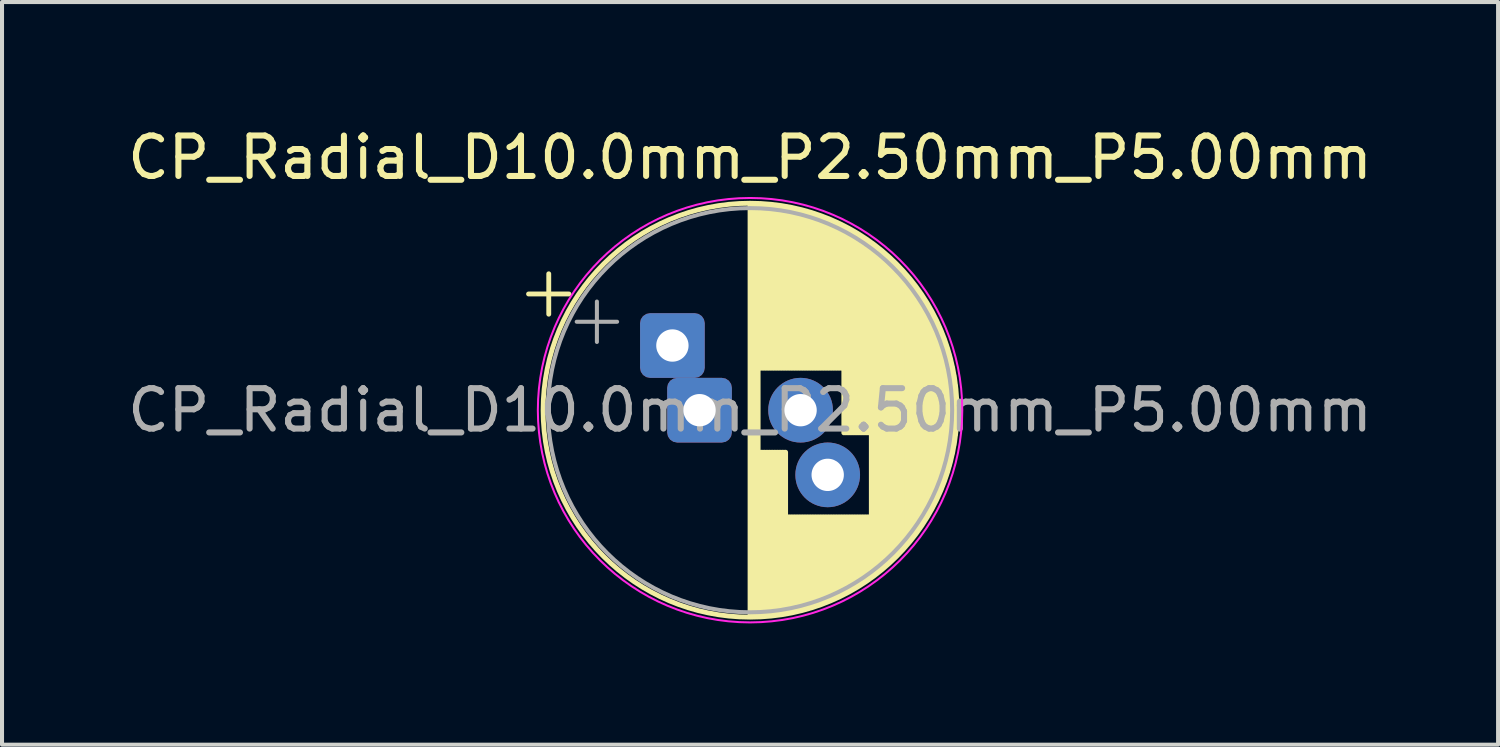
<source format=kicad_pcb>
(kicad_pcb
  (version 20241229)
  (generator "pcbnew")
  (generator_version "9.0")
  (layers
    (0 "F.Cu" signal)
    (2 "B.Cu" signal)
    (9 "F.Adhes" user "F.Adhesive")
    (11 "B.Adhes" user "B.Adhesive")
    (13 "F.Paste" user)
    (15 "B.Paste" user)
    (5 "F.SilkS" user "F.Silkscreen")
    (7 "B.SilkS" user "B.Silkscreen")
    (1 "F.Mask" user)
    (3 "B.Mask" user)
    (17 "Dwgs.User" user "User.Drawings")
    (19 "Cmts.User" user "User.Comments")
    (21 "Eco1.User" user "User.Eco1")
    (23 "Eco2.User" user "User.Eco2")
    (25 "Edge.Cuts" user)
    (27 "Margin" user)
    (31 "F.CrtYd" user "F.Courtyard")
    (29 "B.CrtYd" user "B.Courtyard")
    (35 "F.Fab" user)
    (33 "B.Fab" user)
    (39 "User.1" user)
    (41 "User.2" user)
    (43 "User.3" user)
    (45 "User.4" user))
  (footprint "CP_Radial_D10.0mm_P2.50mm_P5.00mm"
    (layer "F.Cu")
    (at 14.256 7.098)
    (property "Reference" "CP_Radial_D10.0mm_P2.50mm_P5.00mm" (at 1.25 -6.25 0) (layer "F.SilkS") (effects (font (size 1 1) (thickness 0.15))))
    (attr through_hole)
    (fp_line (start -4.23 -2.875) (end -3.23 -2.875) (stroke (width 0.12) (type solid)) (layer "F.SilkS"))
    (fp_line (start -3.73 -3.375) (end -3.73 -2.375) (stroke (width 0.12) (type solid)) (layer "F.SilkS"))
    (fp_line (start 1.25 -5.08) (end 1.25 5.08) (stroke (width 0.12) (type solid)) (layer "F.SilkS"))
    (fp_line (start 1.29 -5.08) (end 1.29 5.08) (stroke (width 0.12) (type solid)) (layer "F.SilkS"))
    (fp_line (start 1.33 -5.079) (end 1.33 5.079) (stroke (width 0.12) (type solid)) (layer "F.SilkS"))
    (fp_line (start 1.37 -5.079) (end 1.37 5.079) (stroke (width 0.12) (type solid)) (layer "F.SilkS"))
    (fp_line (start 1.41 -5.077) (end 1.41 5.077) (stroke (width 0.12) (type solid)) (layer "F.SilkS"))
    (fp_line (start 1.45 -5.076) (end 1.45 5.076) (stroke (width 0.12) (type solid)) (layer "F.SilkS"))
    (fp_line (start 1.49 -5.074) (end 1.49 -1.04) (stroke (width 0.12) (type solid)) (layer "F.SilkS"))
    (fp_line (start 1.49 1.04) (end 1.49 5.074) (stroke (width 0.12) (type solid)) (layer "F.SilkS"))
    (fp_line (start 1.53 -5.072) (end 1.53 -1.04) (stroke (width 0.12) (type solid)) (layer "F.SilkS"))
    (fp_line (start 1.53 1.04) (end 1.53 5.072) (stroke (width 0.12) (type solid)) (layer "F.SilkS"))
    (fp_line (start 1.57 -5.07) (end 1.57 -1.04) (stroke (width 0.12) (type solid)) (layer "F.SilkS"))
    (fp_line (start 1.57 1.04) (end 1.57 5.07) (stroke (width 0.12) (type solid)) (layer "F.SilkS"))
    (fp_line (start 1.61 -5.067) (end 1.61 -1.04) (stroke (width 0.12) (type solid)) (layer "F.SilkS"))
    (fp_line (start 1.61 1.04) (end 1.61 5.067) (stroke (width 0.12) (type solid)) (layer "F.SilkS"))
    (fp_line (start 1.65 -5.064) (end 1.65 -1.04) (stroke (width 0.12) (type solid)) (layer "F.SilkS"))
    (fp_line (start 1.65 1.04) (end 1.65 5.064) (stroke (width 0.12) (type solid)) (layer "F.SilkS"))
    (fp_line (start 1.69 -5.061) (end 1.69 -1.04) (stroke (width 0.12) (type solid)) (layer "F.SilkS"))
    (fp_line (start 1.69 1.04) (end 1.69 5.061) (stroke (width 0.12) (type solid)) (layer "F.SilkS"))
    (fp_line (start 1.73 -5.057) (end 1.73 -1.04) (stroke (width 0.12) (type solid)) (layer "F.SilkS"))
    (fp_line (start 1.73 1.04) (end 1.73 5.057) (stroke (width 0.12) (type solid)) (layer "F.SilkS"))
    (fp_line (start 1.77 -5.054) (end 1.77 -1.04) (stroke (width 0.12) (type solid)) (layer "F.SilkS"))
    (fp_line (start 1.77 1.04) (end 1.77 5.054) (stroke (width 0.12) (type solid)) (layer "F.SilkS"))
    (fp_line (start 1.81 -5.049) (end 1.81 -1.04) (stroke (width 0.12) (type solid)) (layer "F.SilkS"))
    (fp_line (start 1.81 1.04) (end 1.81 5.049) (stroke (width 0.12) (type solid)) (layer "F.SilkS"))
    (fp_line (start 1.85 -5.045) (end 1.85 -1.04) (stroke (width 0.12) (type solid)) (layer "F.SilkS"))
    (fp_line (start 1.85 1.04) (end 1.85 5.045) (stroke (width 0.12) (type solid)) (layer "F.SilkS"))
    (fp_line (start 1.89 -5.04) (end 1.89 -1.04) (stroke (width 0.12) (type solid)) (layer "F.SilkS"))
    (fp_line (start 1.89 1.04) (end 1.89 5.04) (stroke (width 0.12) (type solid)) (layer "F.SilkS"))
    (fp_line (start 1.93 -5.035) (end 1.93 -1.04) (stroke (width 0.12) (type solid)) (layer "F.SilkS"))
    (fp_line (start 1.93 1.04) (end 1.93 5.035) (stroke (width 0.12) (type solid)) (layer "F.SilkS"))
    (fp_line (start 1.97 -5.029) (end 1.97 -1.04) (stroke (width 0.12) (type solid)) (layer "F.SilkS"))
    (fp_line (start 1.97 1.04) (end 1.97 5.029) (stroke (width 0.12) (type solid)) (layer "F.SilkS"))
    (fp_line (start 2.01 -5.023) (end 2.01 -1.04) (stroke (width 0.12) (type solid)) (layer "F.SilkS"))
    (fp_line (start 2.01 1.04) (end 2.01 5.023) (stroke (width 0.12) (type solid)) (layer "F.SilkS"))
    (fp_line (start 2.05 -5.017) (end 2.05 -1.04) (stroke (width 0.12) (type solid)) (layer "F.SilkS"))
    (fp_line (start 2.05 1.04) (end 2.05 5.017) (stroke (width 0.12) (type solid)) (layer "F.SilkS"))
    (fp_line (start 2.09 -5.011) (end 2.09 -1.04) (stroke (width 0.12) (type solid)) (layer "F.SilkS"))
    (fp_line (start 2.09 1.04) (end 2.09 5.011) (stroke (width 0.12) (type solid)) (layer "F.SilkS"))
    (fp_line (start 2.13 -5.004) (end 2.13 -1.04) (stroke (width 0.12) (type solid)) (layer "F.SilkS"))
    (fp_line (start 2.13 1.04) (end 2.13 5.004) (stroke (width 0.12) (type solid)) (layer "F.SilkS"))
    (fp_line (start 2.17 -4.997) (end 2.17 -1.04) (stroke (width 0.12) (type solid)) (layer "F.SilkS"))
    (fp_line (start 2.17 2.64) (end 2.17 4.997) (stroke (width 0.12) (type solid)) (layer "F.SilkS"))
    (fp_line (start 2.21 -4.989) (end 2.21 -1.04) (stroke (width 0.12) (type solid)) (layer "F.SilkS"))
    (fp_line (start 2.21 2.64) (end 2.21 4.989) (stroke (width 0.12) (type solid)) (layer "F.SilkS"))
    (fp_line (start 2.25 -4.981) (end 2.25 -1.04) (stroke (width 0.12) (type solid)) (layer "F.SilkS"))
    (fp_line (start 2.25 2.64) (end 2.25 4.981) (stroke (width 0.12) (type solid)) (layer "F.SilkS"))
    (fp_line (start 2.29 -4.973) (end 2.29 -1.04) (stroke (width 0.12) (type solid)) (layer "F.SilkS"))
    (fp_line (start 2.29 2.64) (end 2.29 4.973) (stroke (width 0.12) (type solid)) (layer "F.SilkS"))
    (fp_line (start 2.33 -4.965) (end 2.33 -1.04) (stroke (width 0.12) (type solid)) (layer "F.SilkS"))
    (fp_line (start 2.33 2.64) (end 2.33 4.965) (stroke (width 0.12) (type solid)) (layer "F.SilkS"))
    (fp_line (start 2.37 -4.956) (end 2.37 -1.04) (stroke (width 0.12) (type solid)) (layer "F.SilkS"))
    (fp_line (start 2.37 2.64) (end 2.37 4.956) (stroke (width 0.12) (type solid)) (layer "F.SilkS"))
    (fp_line (start 2.41 -4.947) (end 2.41 -1.04) (stroke (width 0.12) (type solid)) (layer "F.SilkS"))
    (fp_line (start 2.41 2.64) (end 2.41 4.947) (stroke (width 0.12) (type solid)) (layer "F.SilkS"))
    (fp_line (start 2.45 -4.937) (end 2.45 -1.04) (stroke (width 0.12) (type solid)) (layer "F.SilkS"))
    (fp_line (start 2.45 2.64) (end 2.45 4.937) (stroke (width 0.12) (type solid)) (layer "F.SilkS"))
    (fp_line (start 2.49 -4.928) (end 2.49 -1.04) (stroke (width 0.12) (type solid)) (layer "F.SilkS"))
    (fp_line (start 2.49 2.64) (end 2.49 4.928) (stroke (width 0.12) (type solid)) (layer "F.SilkS"))
    (fp_line (start 2.53 -4.917) (end 2.53 -1.04) (stroke (width 0.12) (type solid)) (layer "F.SilkS"))
    (fp_line (start 2.53 2.64) (end 2.53 4.917) (stroke (width 0.12) (type solid)) (layer "F.SilkS"))
    (fp_line (start 2.57 -4.907) (end 2.57 -1.04) (stroke (width 0.12) (type solid)) (layer "F.SilkS"))
    (fp_line (start 2.57 2.64) (end 2.57 4.907) (stroke (width 0.12) (type solid)) (layer "F.SilkS"))
    (fp_line (start 2.61 -4.896) (end 2.61 -1.04) (stroke (width 0.12) (type solid)) (layer "F.SilkS"))
    (fp_line (start 2.61 2.64) (end 2.61 4.896) (stroke (width 0.12) (type solid)) (layer "F.SilkS"))
    (fp_line (start 2.65 -4.885) (end 2.65 -1.04) (stroke (width 0.12) (type solid)) (layer "F.SilkS"))
    (fp_line (start 2.65 2.64) (end 2.65 4.885) (stroke (width 0.12) (type solid)) (layer "F.SilkS"))
    (fp_line (start 2.69 -4.873) (end 2.69 -1.04) (stroke (width 0.12) (type solid)) (layer "F.SilkS"))
    (fp_line (start 2.69 2.64) (end 2.69 4.873) (stroke (width 0.12) (type solid)) (layer "F.SilkS"))
    (fp_line (start 2.73 -4.861) (end 2.73 -1.04) (stroke (width 0.12) (type solid)) (layer "F.SilkS"))
    (fp_line (start 2.73 2.64) (end 2.73 4.861) (stroke (width 0.12) (type solid)) (layer "F.SilkS"))
    (fp_line (start 2.77 -4.849) (end 2.77 -1.04) (stroke (width 0.12) (type solid)) (layer "F.SilkS"))
    (fp_line (start 2.77 2.64) (end 2.77 4.849) (stroke (width 0.12) (type solid)) (layer "F.SilkS"))
    (fp_line (start 2.81 -4.837) (end 2.81 -1.04) (stroke (width 0.12) (type solid)) (layer "F.SilkS"))
    (fp_line (start 2.81 2.64) (end 2.81 4.837) (stroke (width 0.12) (type solid)) (layer "F.SilkS"))
    (fp_line (start 2.85 -4.824) (end 2.85 -1.04) (stroke (width 0.12) (type solid)) (layer "F.SilkS"))
    (fp_line (start 2.85 2.64) (end 2.85 4.824) (stroke (width 0.12) (type solid)) (layer "F.SilkS"))
    (fp_line (start 2.89 -4.81) (end 2.89 -1.04) (stroke (width 0.12) (type solid)) (layer "F.SilkS"))
    (fp_line (start 2.89 2.64) (end 2.89 4.81) (stroke (width 0.12) (type solid)) (layer "F.SilkS"))
    (fp_line (start 2.93 -4.797) (end 2.93 -1.04) (stroke (width 0.12) (type solid)) (layer "F.SilkS"))
    (fp_line (start 2.93 2.64) (end 2.93 4.797) (stroke (width 0.12) (type solid)) (layer "F.SilkS"))
    (fp_line (start 2.97 -4.782) (end 2.97 -1.04) (stroke (width 0.12) (type solid)) (layer "F.SilkS"))
    (fp_line (start 2.97 2.64) (end 2.97 4.782) (stroke (width 0.12) (type solid)) (layer "F.SilkS"))
    (fp_line (start 3.01 -4.768) (end 3.01 -1.04) (stroke (width 0.12) (type solid)) (layer "F.SilkS"))
    (fp_line (start 3.01 2.64) (end 3.01 4.768) (stroke (width 0.12) (type solid)) (layer "F.SilkS"))
    (fp_line (start 3.05 -4.753) (end 3.05 -1.04) (stroke (width 0.12) (type solid)) (layer "F.SilkS"))
    (fp_line (start 3.05 2.64) (end 3.05 4.753) (stroke (width 0.12) (type solid)) (layer "F.SilkS"))
    (fp_line (start 3.09 -4.738) (end 3.09 -1.04) (stroke (width 0.12) (type solid)) (layer "F.SilkS"))
    (fp_line (start 3.09 2.64) (end 3.09 4.738) (stroke (width 0.12) (type solid)) (layer "F.SilkS"))
    (fp_line (start 3.13 -4.722) (end 3.13 -1.04) (stroke (width 0.12) (type solid)) (layer "F.SilkS"))
    (fp_line (start 3.13 2.64) (end 3.13 4.722) (stroke (width 0.12) (type solid)) (layer "F.SilkS"))
    (fp_line (start 3.17 -4.706) (end 3.17 -1.04) (stroke (width 0.12) (type solid)) (layer "F.SilkS"))
    (fp_line (start 3.17 2.64) (end 3.17 4.706) (stroke (width 0.12) (type solid)) (layer "F.SilkS"))
    (fp_line (start 3.21 -4.69) (end 3.21 -1.04) (stroke (width 0.12) (type solid)) (layer "F.SilkS"))
    (fp_line (start 3.21 2.64) (end 3.21 4.69) (stroke (width 0.12) (type solid)) (layer "F.SilkS"))
    (fp_line (start 3.25 -4.673) (end 3.25 -1.04) (stroke (width 0.12) (type solid)) (layer "F.SilkS"))
    (fp_line (start 3.25 2.64) (end 3.25 4.673) (stroke (width 0.12) (type solid)) (layer "F.SilkS"))
    (fp_line (start 3.29 -4.656) (end 3.29 -1.04) (stroke (width 0.12) (type solid)) (layer "F.SilkS"))
    (fp_line (start 3.29 2.64) (end 3.29 4.656) (stroke (width 0.12) (type solid)) (layer "F.SilkS"))
    (fp_line (start 3.33 -4.638) (end 3.33 -1.04) (stroke (width 0.12) (type solid)) (layer "F.SilkS"))
    (fp_line (start 3.33 2.64) (end 3.33 4.638) (stroke (width 0.12) (type solid)) (layer "F.SilkS"))
    (fp_line (start 3.37 -4.62) (end 3.37 -1.04) (stroke (width 0.12) (type solid)) (layer "F.SilkS"))
    (fp_line (start 3.37 2.64) (end 3.37 4.62) (stroke (width 0.12) (type solid)) (layer "F.SilkS"))
    (fp_line (start 3.41 -4.602) (end 3.41 -1.04) (stroke (width 0.12) (type solid)) (layer "F.SilkS"))
    (fp_line (start 3.41 2.64) (end 3.41 4.602) (stroke (width 0.12) (type solid)) (layer "F.SilkS"))
    (fp_line (start 3.45 -4.583) (end 3.45 -1.04) (stroke (width 0.12) (type solid)) (layer "F.SilkS"))
    (fp_line (start 3.45 2.64) (end 3.45 4.583) (stroke (width 0.12) (type solid)) (layer "F.SilkS"))
    (fp_line (start 3.49 -4.564) (end 3.49 -1.04) (stroke (width 0.12) (type solid)) (layer "F.SilkS"))
    (fp_line (start 3.49 2.64) (end 3.49 4.564) (stroke (width 0.12) (type solid)) (layer "F.SilkS"))
    (fp_line (start 3.53 -4.544) (end 3.53 -1.04) (stroke (width 0.12) (type solid)) (layer "F.SilkS"))
    (fp_line (start 3.53 2.64) (end 3.53 4.544) (stroke (width 0.12) (type solid)) (layer "F.SilkS"))
    (fp_line (start 3.57 -4.524) (end 3.57 0.56) (stroke (width 0.12) (type solid)) (layer "F.SilkS"))
    (fp_line (start 3.57 2.64) (end 3.57 4.524) (stroke (width 0.12) (type solid)) (layer "F.SilkS"))
    (fp_line (start 3.61 -4.504) (end 3.61 0.56) (stroke (width 0.12) (type solid)) (layer "F.SilkS"))
    (fp_line (start 3.61 2.64) (end 3.61 4.504) (stroke (width 0.12) (type solid)) (layer "F.SilkS"))
    (fp_line (start 3.65 -4.483) (end 3.65 0.56) (stroke (width 0.12) (type solid)) (layer "F.SilkS"))
    (fp_line (start 3.65 2.64) (end 3.65 4.483) (stroke (width 0.12) (type solid)) (layer "F.SilkS"))
    (fp_line (start 3.69 -4.461) (end 3.69 0.56) (stroke (width 0.12) (type solid)) (layer "F.SilkS"))
    (fp_line (start 3.69 2.64) (end 3.69 4.461) (stroke (width 0.12) (type solid)) (layer "F.SilkS"))
    (fp_line (start 3.73 -4.439) (end 3.73 0.56) (stroke (width 0.12) (type solid)) (layer "F.SilkS"))
    (fp_line (start 3.73 2.64) (end 3.73 4.439) (stroke (width 0.12) (type solid)) (layer "F.SilkS"))
    (fp_line (start 3.77 -4.417) (end 3.77 0.56) (stroke (width 0.12) (type solid)) (layer "F.SilkS"))
    (fp_line (start 3.77 2.64) (end 3.77 4.417) (stroke (width 0.12) (type solid)) (layer "F.SilkS"))
    (fp_line (start 3.81 -4.394) (end 3.81 0.56) (stroke (width 0.12) (type solid)) (layer "F.SilkS"))
    (fp_line (start 3.81 2.64) (end 3.81 4.394) (stroke (width 0.12) (type solid)) (layer "F.SilkS"))
    (fp_line (start 3.85 -4.371) (end 3.85 0.56) (stroke (width 0.12) (type solid)) (layer "F.SilkS"))
    (fp_line (start 3.85 2.64) (end 3.85 4.371) (stroke (width 0.12) (type solid)) (layer "F.SilkS"))
    (fp_line (start 3.89 -4.347) (end 3.89 0.56) (stroke (width 0.12) (type solid)) (layer "F.SilkS"))
    (fp_line (start 3.89 2.64) (end 3.89 4.347) (stroke (width 0.12) (type solid)) (layer "F.SilkS"))
    (fp_line (start 3.93 -4.323) (end 3.93 0.56) (stroke (width 0.12) (type solid)) (layer "F.SilkS"))
    (fp_line (start 3.93 2.64) (end 3.93 4.323) (stroke (width 0.12) (type solid)) (layer "F.SilkS"))
    (fp_line (start 3.97 -4.298) (end 3.97 0.56) (stroke (width 0.12) (type solid)) (layer "F.SilkS"))
    (fp_line (start 3.97 2.64) (end 3.97 4.298) (stroke (width 0.12) (type solid)) (layer "F.SilkS"))
    (fp_line (start 4.01 -4.272) (end 4.01 0.56) (stroke (width 0.12) (type solid)) (layer "F.SilkS"))
    (fp_line (start 4.01 2.64) (end 4.01 4.272) (stroke (width 0.12) (type solid)) (layer "F.SilkS"))
    (fp_line (start 4.05 -4.247) (end 4.05 0.56) (stroke (width 0.12) (type solid)) (layer "F.SilkS"))
    (fp_line (start 4.05 2.64) (end 4.05 4.247) (stroke (width 0.12) (type solid)) (layer "F.SilkS"))
    (fp_line (start 4.09 -4.22) (end 4.09 0.56) (stroke (width 0.12) (type solid)) (layer "F.SilkS"))
    (fp_line (start 4.09 2.64) (end 4.09 4.22) (stroke (width 0.12) (type solid)) (layer "F.SilkS"))
    (fp_line (start 4.13 -4.193) (end 4.13 0.56) (stroke (width 0.12) (type solid)) (layer "F.SilkS"))
    (fp_line (start 4.13 2.64) (end 4.13 4.193) (stroke (width 0.12) (type solid)) (layer "F.SilkS"))
    (fp_line (start 4.17 -4.166) (end 4.17 0.56) (stroke (width 0.12) (type solid)) (layer "F.SilkS"))
    (fp_line (start 4.17 2.64) (end 4.17 4.166) (stroke (width 0.12) (type solid)) (layer "F.SilkS"))
    (fp_line (start 4.21 -4.138) (end 4.21 0.56) (stroke (width 0.12) (type solid)) (layer "F.SilkS"))
    (fp_line (start 4.21 2.64) (end 4.21 4.138) (stroke (width 0.12) (type solid)) (layer "F.SilkS"))
    (fp_line (start 4.25 -4.109) (end 4.25 4.109) (stroke (width 0.12) (type solid)) (layer "F.SilkS"))
    (fp_line (start 4.29 -4.08) (end 4.29 4.08) (stroke (width 0.12) (type solid)) (layer "F.SilkS"))
    (fp_line (start 4.33 -4.05) (end 4.33 4.05) (stroke (width 0.12) (type solid)) (layer "F.SilkS"))
    (fp_line (start 4.37 -4.02) (end 4.37 4.02) (stroke (width 0.12) (type solid)) (layer "F.SilkS"))
    (fp_line (start 4.41 -3.988) (end 4.41 3.988) (stroke (width 0.12) (type solid)) (layer "F.SilkS"))
    (fp_line (start 4.45 -3.957) (end 4.45 3.957) (stroke (width 0.12) (type solid)) (layer "F.SilkS"))
    (fp_line (start 4.49 -3.924) (end 4.49 3.924) (stroke (width 0.12) (type solid)) (layer "F.SilkS"))
    (fp_line (start 4.53 -3.891) (end 4.53 3.891) (stroke (width 0.12) (type solid)) (layer "F.SilkS"))
    (fp_line (start 4.57 -3.858) (end 4.57 3.858) (stroke (width 0.12) (type solid)) (layer "F.SilkS"))
    (fp_line (start 4.61 -3.823) (end 4.61 3.823) (stroke (width 0.12) (type solid)) (layer "F.SilkS"))
    (fp_line (start 4.65 -3.788) (end 4.65 3.788) (stroke (width 0.12) (type solid)) (layer "F.SilkS"))
    (fp_line (start 4.69 -3.752) (end 4.69 3.752) (stroke (width 0.12) (type solid)) (layer "F.SilkS"))
    (fp_line (start 4.73 -3.716) (end 4.73 3.716) (stroke (width 0.12) (type solid)) (layer "F.SilkS"))
    (fp_line (start 4.77 -3.678) (end 4.77 3.678) (stroke (width 0.12) (type solid)) (layer "F.SilkS"))
    (fp_line (start 4.81 -3.64) (end 4.81 3.64) (stroke (width 0.12) (type solid)) (layer "F.SilkS"))
    (fp_line (start 4.85 -3.601) (end 4.85 3.601) (stroke (width 0.12) (type solid)) (layer "F.SilkS"))
    (fp_line (start 4.89 -3.561) (end 4.89 3.561) (stroke (width 0.12) (type solid)) (layer "F.SilkS"))
    (fp_line (start 4.93 -3.52) (end 4.93 3.52) (stroke (width 0.12) (type solid)) (layer "F.SilkS"))
    (fp_line (start 4.97 -3.478) (end 4.97 3.478) (stroke (width 0.12) (type solid)) (layer "F.SilkS"))
    (fp_line (start 5.01 -3.435) (end 5.01 3.435) (stroke (width 0.12) (type solid)) (layer "F.SilkS"))
    (fp_line (start 5.05 -3.391) (end 5.05 3.391) (stroke (width 0.12) (type solid)) (layer "F.SilkS"))
    (fp_line (start 5.09 -3.347) (end 5.09 3.347) (stroke (width 0.12) (type solid)) (layer "F.SilkS"))
    (fp_line (start 5.13 -3.301) (end 5.13 3.301) (stroke (width 0.12) (type solid)) (layer "F.SilkS"))
    (fp_line (start 5.17 -3.254) (end 5.17 3.254) (stroke (width 0.12) (type solid)) (layer "F.SilkS"))
    (fp_line (start 5.21 -3.205) (end 5.21 3.205) (stroke (width 0.12) (type solid)) (layer "F.SilkS"))
    (fp_line (start 5.25 -3.156) (end 5.25 3.156) (stroke (width 0.12) (type solid)) (layer "F.SilkS"))
    (fp_line (start 5.29 -3.105) (end 5.29 3.105) (stroke (width 0.12) (type solid)) (layer "F.SilkS"))
    (fp_line (start 5.33 -3.053) (end 5.33 3.053) (stroke (width 0.12) (type solid)) (layer "F.SilkS"))
    (fp_line (start 5.37 -3) (end 5.37 3) (stroke (width 0.12) (type solid)) (layer "F.SilkS"))
    (fp_line (start 5.41 -2.945) (end 5.41 2.945) (stroke (width 0.12) (type solid)) (layer "F.SilkS"))
    (fp_line (start 5.45 -2.888) (end 5.45 2.888) (stroke (width 0.12) (type solid)) (layer "F.SilkS"))
    (fp_line (start 5.49 -2.83) (end 5.49 2.83) (stroke (width 0.12) (type solid)) (layer "F.SilkS"))
    (fp_line (start 5.53 -2.77) (end 5.53 2.77) (stroke (width 0.12) (type solid)) (layer "F.SilkS"))
    (fp_line (start 5.57 -2.708) (end 5.57 2.708) (stroke (width 0.12) (type solid)) (layer "F.SilkS"))
    (fp_line (start 5.61 -2.644) (end 5.61 2.644) (stroke (width 0.12) (type solid)) (layer "F.SilkS"))
    (fp_line (start 5.65 -2.578) (end 5.65 2.578) (stroke (width 0.12) (type solid)) (layer "F.SilkS"))
    (fp_line (start 5.69 -2.51) (end 5.69 2.51) (stroke (width 0.12) (type solid)) (layer "F.SilkS"))
    (fp_line (start 5.73 -2.439) (end 5.73 2.439) (stroke (width 0.12) (type solid)) (layer "F.SilkS"))
    (fp_line (start 5.77 -2.365) (end 5.77 2.365) (stroke (width 0.12) (type solid)) (layer "F.SilkS"))
    (fp_line (start 5.81 -2.288) (end 5.81 2.288) (stroke (width 0.12) (type solid)) (layer "F.SilkS"))
    (fp_line (start 5.85 -2.208) (end 5.85 2.208) (stroke (width 0.12) (type solid)) (layer "F.SilkS"))
    (fp_line (start 5.89 -2.124) (end 5.89 2.124) (stroke (width 0.12) (type solid)) (layer "F.SilkS"))
    (fp_line (start 5.93 -2.037) (end 5.93 2.037) (stroke (width 0.12) (type solid)) (layer "F.SilkS"))
    (fp_line (start 5.97 -1.944) (end 5.97 1.944) (stroke (width 0.12) (type solid)) (layer "F.SilkS"))
    (fp_line (start 6.01 -1.846) (end 6.01 1.846) (stroke (width 0.12) (type solid)) (layer "F.SilkS"))
    (fp_line (start 6.05 -1.742) (end 6.05 1.742) (stroke (width 0.12) (type solid)) (layer "F.SilkS"))
    (fp_line (start 6.09 -1.63) (end 6.09 1.63) (stroke (width 0.12) (type solid)) (layer "F.SilkS"))
    (fp_line (start 6.13 -1.509) (end 6.13 1.509) (stroke (width 0.12) (type solid)) (layer "F.SilkS"))
    (fp_line (start 6.17 -1.377) (end 6.17 1.377) (stroke (width 0.12) (type solid)) (layer "F.SilkS"))
    (fp_line (start 6.21 -1.23) (end 6.21 1.23) (stroke (width 0.12) (type solid)) (layer "F.SilkS"))
    (fp_line (start 6.25 -1.062) (end 6.25 1.062) (stroke (width 0.12) (type solid)) (layer "F.SilkS"))
    (fp_line (start 6.29 -0.862) (end 6.29 0.862) (stroke (width 0.12) (type solid)) (layer "F.SilkS"))
    (fp_line (start 6.33 -0.599) (end 6.33 0.599) (stroke (width 0.12) (type solid)) (layer "F.SilkS"))
    (fp_circle (center 1.25 0) (end 6.37 0) (stroke (width 0.12) (type solid)) (fill no) (layer "F.SilkS"))
    (fp_circle (center 1.25 0) (end 6.5 0) (stroke (width 0.05) (type solid)) (fill no) (layer "F.CrtYd"))
    (fp_line (start -3.039 -2.188) (end -2.039 -2.188) (stroke (width 0.1) (type solid)) (layer "F.Fab"))
    (fp_line (start -2.539 -2.688) (end -2.539 -1.688) (stroke (width 0.1) (type solid)) (layer "F.Fab"))
    (fp_circle (center 1.25 0) (end 6.25 0) (stroke (width 0.1) (type solid)) (fill no) (layer "F.Fab"))
    (fp_text user "${REFERENCE}" (at 1.25 0 0) (layer "F.Fab") (effects (font (size 1 1) (thickness 0.15))))
    (pad "1" thru_hole roundrect (at -0.671 -1.6) (size 1.6 1.6) (drill 0.8) (layers "*.Cu" "*.Mask") (roundrect_rratio 0.156))
    (pad "1" thru_hole roundrect (at 0 0) (size 1.6 1.6) (drill 0.8) (layers "*.Cu" "*.Mask") (roundrect_rratio 0.156))
    (pad "2" thru_hole circle (at 2.5 0) (size 1.6 1.6) (drill 0.8) (layers "*.Cu" "*.Mask"))
    (pad "2" thru_hole circle (at 3.171 1.6) (size 1.6 1.6) (drill 0.8) (layers "*.Cu" "*.Mask")))
  (gr_rect
    (start -3 -3)
    (end 34.012 15.373)
    (stroke (width 0.1) (type default))
    (fill no)
    (layer "Edge.Cuts")))
</source>
